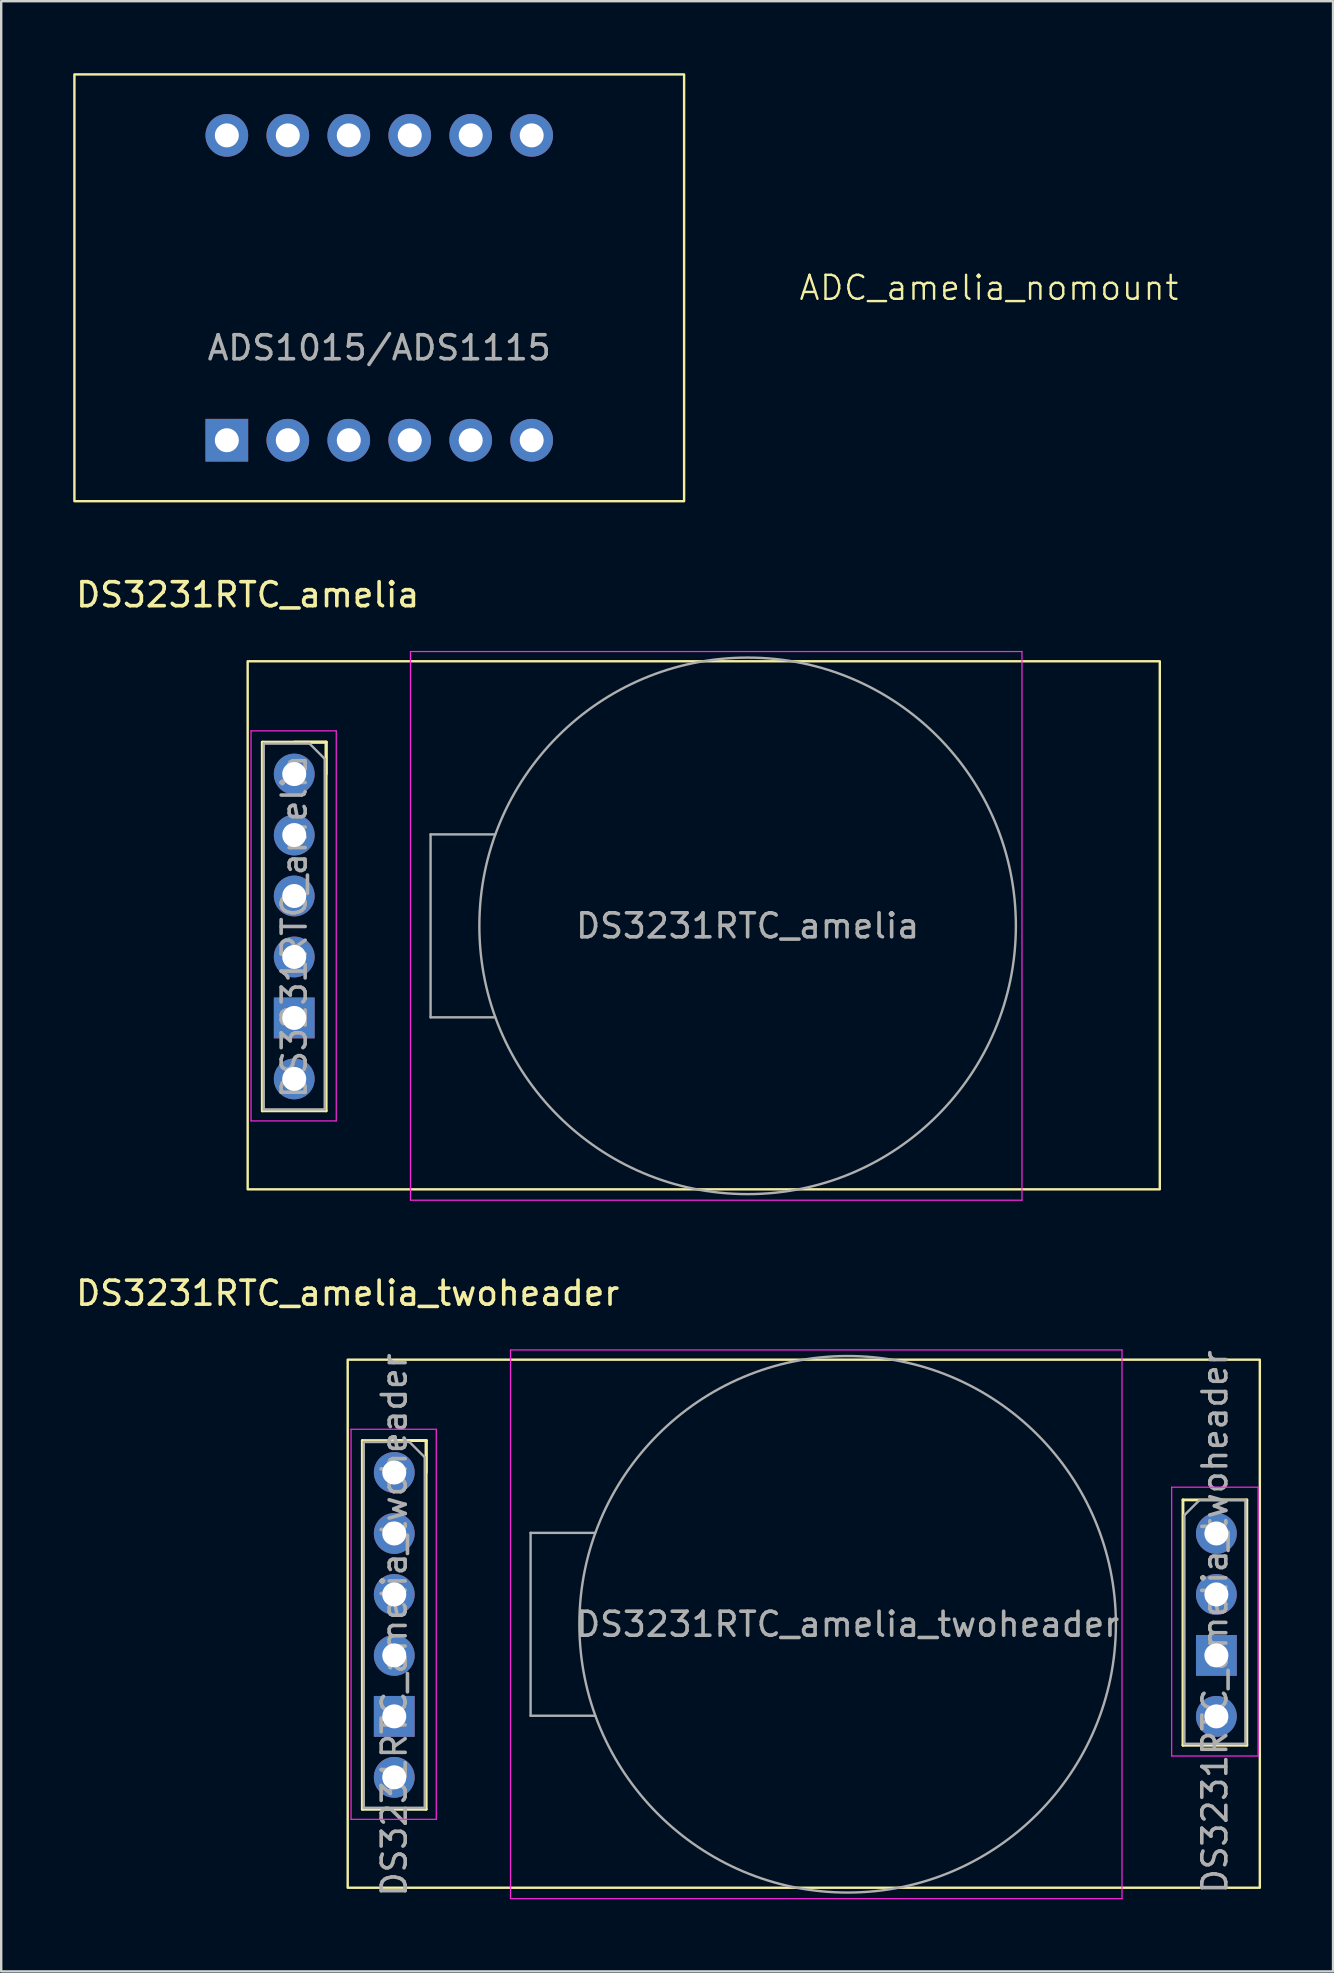
<source format=kicad_pcb>
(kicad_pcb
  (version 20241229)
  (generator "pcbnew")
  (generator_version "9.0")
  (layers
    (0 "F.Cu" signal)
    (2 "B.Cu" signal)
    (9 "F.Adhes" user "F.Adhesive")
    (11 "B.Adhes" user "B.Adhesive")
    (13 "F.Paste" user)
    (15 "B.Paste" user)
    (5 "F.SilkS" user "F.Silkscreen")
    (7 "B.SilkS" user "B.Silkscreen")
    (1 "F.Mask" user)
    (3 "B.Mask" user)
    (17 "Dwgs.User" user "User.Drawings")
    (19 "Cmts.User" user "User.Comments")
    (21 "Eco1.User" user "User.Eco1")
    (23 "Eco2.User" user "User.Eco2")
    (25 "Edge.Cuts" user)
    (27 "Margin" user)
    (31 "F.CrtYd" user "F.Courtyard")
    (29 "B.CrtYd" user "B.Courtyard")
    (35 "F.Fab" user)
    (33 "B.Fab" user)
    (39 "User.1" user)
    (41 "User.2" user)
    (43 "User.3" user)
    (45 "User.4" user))
  (footprint "DS3231RTC_amelia"
    (layer "F.Cu")
    (at 7.268 24.498)
    (property "Reference" "DS3231RTC_amelia" (at 0 -2.77 0) (layer "F.SilkS") (effects (font (size 1 1) (thickness 0.15))))
    (attr through_hole)
    (fp_line (start 0.61 3.37) (end 0.61 18.73) (stroke (width 0.12) (type solid)) (layer "F.SilkS"))
    (fp_line (start 0.61 3.37) (end 3.27 3.37) (stroke (width 0.12) (type solid)) (layer "F.SilkS"))
    (fp_line (start 0.61 18.73) (end 3.27 18.73) (stroke (width 0.12) (type solid)) (layer "F.SilkS"))
    (fp_line (start 1.94 3.37) (end 3.27 3.37) (stroke (width 0.12) (type solid)) (layer "F.SilkS"))
    (fp_line (start 3.27 3.37) (end 3.27 4.7) (stroke (width 0.12) (type solid)) (layer "F.SilkS"))
    (fp_line (start 3.27 3.37) (end 3.27 18.73) (stroke (width 0.12) (type solid)) (layer "F.SilkS"))
    (fp_rect (start 0 0) (end 38 22) (stroke (width 0.1) (type default)) (fill no) (layer "F.SilkS"))
    (fp_line (start 0.14 2.9) (end 3.69 2.9) (stroke (width 0.05) (type solid)) (layer "F.CrtYd"))
    (fp_line (start 0.14 19.15) (end 0.14 2.9) (stroke (width 0.05) (type solid)) (layer "F.CrtYd"))
    (fp_line (start 3.69 2.9) (end 3.69 19.15) (stroke (width 0.05) (type solid)) (layer "F.CrtYd"))
    (fp_line (start 3.69 19.15) (end 0.14 19.15) (stroke (width 0.05) (type solid)) (layer "F.CrtYd"))
    (fp_line (start 6.782 22.454) (end 6.782 -0.406) (stroke (width 0.05) (type solid)) (layer "F.CrtYd"))
    (fp_line (start 32.258 -0.406) (end 6.782 -0.406) (stroke (width 0.05) (type solid)) (layer "F.CrtYd"))
    (fp_line (start 32.258 22.454) (end 6.782 22.454) (stroke (width 0.05) (type solid)) (layer "F.CrtYd"))
    (fp_line (start 32.258 22.454) (end 32.258 -0.406) (stroke (width 0.05) (type solid)) (layer "F.CrtYd"))
    (fp_line (start 0.67 3.43) (end 2.575 3.43) (stroke (width 0.1) (type solid)) (layer "F.Fab"))
    (fp_line (start 0.67 18.67) (end 0.67 3.43) (stroke (width 0.1) (type solid)) (layer "F.Fab"))
    (fp_line (start 2.575 3.43) (end 3.21 4.065) (stroke (width 0.1) (type solid)) (layer "F.Fab"))
    (fp_line (start 3.21 4.065) (end 3.21 18.67) (stroke (width 0.1) (type solid)) (layer "F.Fab"))
    (fp_line (start 3.21 18.67) (end 0.67 18.67) (stroke (width 0.1) (type solid)) (layer "F.Fab"))
    (fp_line (start 7.62 14.834) (end 7.62 7.214) (stroke (width 0.1) (type solid)) (layer "F.Fab"))
    (fp_line (start 10.312 7.214) (end 7.62 7.214) (stroke (width 0.1) (type solid)) (layer "F.Fab"))
    (fp_line (start 10.312 14.834) (end 7.62 14.834) (stroke (width 0.1) (type solid)) (layer "F.Fab"))
    (fp_circle (center 20.828 11.024) (end 32.004 11.024) (stroke (width 0.1) (type solid)) (fill no) (layer "F.Fab"))
    (fp_text user "${REFERENCE}" (at 20.828 11.024 180) (layer "F.Fab") (effects (font (size 1 1) (thickness 0.15))))
    (fp_text user "${REFERENCE}" (at 1.94 11.05 90) (layer "F.Fab") (effects (font (size 1 1) (thickness 0.15))))
    (pad "1" thru_hole circle (at 1.94 4.7) (size 1.7 1.7) (drill 1) (layers "*.Cu" "*.Mask"))
    (pad "2" thru_hole oval (at 1.94 7.24) (size 1.7 1.7) (drill 1) (layers "*.Cu" "*.Mask"))
    (pad "3" thru_hole oval (at 1.94 9.78) (size 1.7 1.7) (drill 1) (layers "*.Cu" "*.Mask"))
    (pad "4" thru_hole oval (at 1.94 12.32) (size 1.7 1.7) (drill 1) (layers "*.Cu" "*.Mask"))
    (pad "5" thru_hole rect (at 1.94 14.86) (size 1.7 1.7) (drill 1) (layers "*.Cu" "*.Mask"))
    (pad "6" thru_hole oval (at 1.94 17.4) (size 1.7 1.7) (drill 1) (layers "*.Cu" "*.Mask")))
  (footprint "DS3231RTC_amelia_twoheader"
    (layer "F.Cu")
    (at 11.435 53.595)
    (property "Reference" "DS3231RTC_amelia_twoheader" (at 0 -2.77 0) (layer "F.SilkS") (effects (font (size 1 1) (thickness 0.15))))
    (attr through_hole)
    (fp_line (start 0.61 3.37) (end 0.61 18.73) (stroke (width 0.12) (type solid)) (layer "F.SilkS"))
    (fp_line (start 0.61 3.37) (end 3.27 3.37) (stroke (width 0.12) (type solid)) (layer "F.SilkS"))
    (fp_line (start 0.61 18.73) (end 3.27 18.73) (stroke (width 0.12) (type solid)) (layer "F.SilkS"))
    (fp_line (start 1.94 3.37) (end 3.27 3.37) (stroke (width 0.12) (type solid)) (layer "F.SilkS"))
    (fp_line (start 3.27 3.37) (end 3.27 4.7) (stroke (width 0.12) (type solid)) (layer "F.SilkS"))
    (fp_line (start 3.27 3.37) (end 3.27 18.73) (stroke (width 0.12) (type solid)) (layer "F.SilkS"))
    (fp_line (start 34.798 5.842) (end 34.798 16.062) (stroke (width 0.12) (type solid)) (layer "F.SilkS"))
    (fp_line (start 34.798 5.842) (end 37.458 5.842) (stroke (width 0.12) (type solid)) (layer "F.SilkS"))
    (fp_line (start 34.798 16.062) (end 37.458 16.062) (stroke (width 0.12) (type solid)) (layer "F.SilkS"))
    (fp_line (start 37.458 5.842) (end 37.458 16.062) (stroke (width 0.12) (type solid)) (layer "F.SilkS"))
    (fp_rect (start 0 0) (end 38 22) (stroke (width 0.1) (type default)) (fill no) (layer "F.SilkS"))
    (fp_line (start 0.14 2.9) (end 3.69 2.9) (stroke (width 0.05) (type solid)) (layer "F.CrtYd"))
    (fp_line (start 0.14 19.15) (end 0.14 2.9) (stroke (width 0.05) (type solid)) (layer "F.CrtYd"))
    (fp_line (start 3.69 2.9) (end 3.69 19.15) (stroke (width 0.05) (type solid)) (layer "F.CrtYd"))
    (fp_line (start 3.69 19.15) (end 0.14 19.15) (stroke (width 0.05) (type solid)) (layer "F.CrtYd"))
    (fp_line (start 6.782 22.454) (end 6.782 -0.406) (stroke (width 0.05) (type solid)) (layer "F.CrtYd"))
    (fp_line (start 32.258 -0.406) (end 6.782 -0.406) (stroke (width 0.05) (type solid)) (layer "F.CrtYd"))
    (fp_line (start 32.258 22.454) (end 6.782 22.454) (stroke (width 0.05) (type solid)) (layer "F.CrtYd"))
    (fp_line (start 32.258 22.454) (end 32.258 -0.406) (stroke (width 0.05) (type solid)) (layer "F.CrtYd"))
    (fp_line (start 34.328 5.312) (end 34.328 16.512) (stroke (width 0.05) (type solid)) (layer "F.CrtYd"))
    (fp_line (start 34.328 16.512) (end 37.928 16.512) (stroke (width 0.05) (type solid)) (layer "F.CrtYd"))
    (fp_line (start 37.928 5.312) (end 34.328 5.312) (stroke (width 0.05) (type solid)) (layer "F.CrtYd"))
    (fp_line (start 37.928 16.512) (end 37.928 5.312) (stroke (width 0.05) (type solid)) (layer "F.CrtYd"))
    (fp_line (start 0.67 3.43) (end 2.575 3.43) (stroke (width 0.1) (type solid)) (layer "F.Fab"))
    (fp_line (start 0.67 18.67) (end 0.67 3.43) (stroke (width 0.1) (type solid)) (layer "F.Fab"))
    (fp_line (start 2.575 3.43) (end 3.21 4.065) (stroke (width 0.1) (type solid)) (layer "F.Fab"))
    (fp_line (start 3.21 4.065) (end 3.21 18.67) (stroke (width 0.1) (type solid)) (layer "F.Fab"))
    (fp_line (start 3.21 18.67) (end 0.67 18.67) (stroke (width 0.1) (type solid)) (layer "F.Fab"))
    (fp_line (start 7.62 14.834) (end 7.62 7.214) (stroke (width 0.1) (type solid)) (layer "F.Fab"))
    (fp_line (start 10.312 7.214) (end 7.62 7.214) (stroke (width 0.1) (type solid)) (layer "F.Fab"))
    (fp_line (start 10.312 14.834) (end 7.62 14.834) (stroke (width 0.1) (type solid)) (layer "F.Fab"))
    (fp_line (start 34.858 6.477) (end 35.493 5.842) (stroke (width 0.1) (type solid)) (layer "F.Fab"))
    (fp_line (start 34.858 16.002) (end 34.858 6.477) (stroke (width 0.1) (type solid)) (layer "F.Fab"))
    (fp_line (start 35.493 5.842) (end 37.398 5.842) (stroke (width 0.1) (type solid)) (layer "F.Fab"))
    (fp_line (start 37.398 5.842) (end 37.398 16.002) (stroke (width 0.1) (type solid)) (layer "F.Fab"))
    (fp_line (start 37.398 16.002) (end 34.858 16.002) (stroke (width 0.1) (type solid)) (layer "F.Fab"))
    (fp_circle (center 20.828 11.024) (end 32.004 11.024) (stroke (width 0.1) (type solid)) (fill no) (layer "F.Fab"))
    (fp_text user "${REFERENCE}" (at 36.128 10.922 90) (layer "F.Fab") (effects (font (size 1 1) (thickness 0.15))))
    (fp_text user "${REFERENCE}" (at 20.828 11.024 180) (layer "F.Fab") (effects (font (size 1 1) (thickness 0.15))))
    (fp_text user "${REFERENCE}" (at 1.94 11.05 90) (layer "F.Fab") (effects (font (size 1 1) (thickness 0.15))))
    (pad "1" thru_hole circle (at 1.94 4.7) (size 1.7 1.7) (drill 1) (layers "*.Cu" "*.Mask"))
    (pad "2" thru_hole oval (at 1.94 7.24) (size 1.7 1.7) (drill 1) (layers "*.Cu" "*.Mask"))
    (pad "3" thru_hole oval (at 1.94 9.78) (size 1.7 1.7) (drill 1) (layers "*.Cu" "*.Mask"))
    (pad "3" thru_hole circle (at 36.19 7.24) (size 1.7 1.7) (drill 1) (layers "*.Cu" "*.Mask"))
    (pad "4" thru_hole oval (at 1.94 12.32) (size 1.7 1.7) (drill 1) (layers "*.Cu" "*.Mask"))
    (pad "4" thru_hole oval (at 36.19 9.78) (size 1.7 1.7) (drill 1) (layers "*.Cu" "*.Mask"))
    (pad "5" thru_hole rect (at 1.94 14.86) (size 1.7 1.7) (drill 1) (layers "*.Cu" "*.Mask"))
    (pad "5" thru_hole rect (at 36.19 12.32) (size 1.7 1.7) (drill 1) (layers "*.Cu" "*.Mask"))
    (pad "6" thru_hole oval (at 1.94 17.4) (size 1.7 1.7) (drill 1) (layers "*.Cu" "*.Mask"))
    (pad "6" thru_hole oval (at 36.19 14.86) (size 1.7 1.7) (drill 1) (layers "*.Cu" "*.Mask")))
  (footprint "ADC_amelia_nomount"
    (layer "F.Cu")
    (at 12.75 8.94)
    (property "Reference" "ADC_amelia_nomount" (at 25.4 0 0) (unlocked yes) (layer "F.SilkS") (effects (font (size 1 1) (thickness 0.1))))
    (attr smd)
    (fp_rect (start -12.7 -8.89) (end 12.7 8.89) (stroke (width 0.1) (type default)) (fill no) (layer "F.SilkS"))
    (fp_poly (pts (xy 6.096 -6.096) (xy 6.604 -6.096) (xy 6.604 -6.604) (xy 6.096 -6.604)) (stroke (width 0.1) (type default)) (fill no) (layer "F.Fab"))
    (fp_text user "ADS1015/ADS1115" (at 0 2.5 0) (unlocked yes) (layer "F.Fab") (effects (font (size 1 1) (thickness 0.15))))
    (pad "1" thru_hole rect (at -6.35 6.35 90) (size 1.778 1.778) (drill 1) (layers "*.Cu" "*.Mask"))
    (pad "2" thru_hole circle (at -3.81 6.35 90) (size 1.778 1.778) (drill 1) (layers "*.Cu" "*.Mask"))
    (pad "3" thru_hole circle (at -1.27 6.35 90) (size 1.778 1.778) (drill 1) (layers "*.Cu" "*.Mask"))
    (pad "4" thru_hole circle (at 1.27 6.35 90) (size 1.778 1.778) (drill 1) (layers "*.Cu" "*.Mask"))
    (pad "5" thru_hole circle (at 3.81 6.35 90) (size 1.778 1.778) (drill 1) (layers "*.Cu" "*.Mask"))
    (pad "6" thru_hole circle (at 6.35 6.35 90) (size 1.778 1.778) (drill 1) (layers "*.Cu" "*.Mask"))
    (pad "7" thru_hole circle (at -6.35 -6.35 90) (size 1.778 1.778) (drill 1) (layers "*.Cu" "*.Mask"))
    (pad "8" thru_hole circle (at -3.81 -6.35 90) (size 1.778 1.778) (drill 1) (layers "*.Cu" "*.Mask"))
    (pad "9" thru_hole circle (at -1.27 -6.35 90) (size 1.778 1.778) (drill 1) (layers "*.Cu" "*.Mask"))
    (pad "10" thru_hole circle (at 1.27 -6.35 90) (size 1.778 1.778) (drill 1) (layers "*.Cu" "*.Mask"))
    (pad "11" thru_hole circle (at 3.81 -6.35 90) (size 1.778 1.778) (drill 1) (layers "*.Cu" "*.Mask"))
    (pad "12" thru_hole circle (at 6.35 -6.35 90) (size 1.778 1.778) (drill 1) (layers "*.Cu" "*.Mask")))
  (gr_rect
    (start -3 -3)
    (end 52.485 79.08)
    (stroke (width 0.1) (type default))
    (fill no)
    (layer "Edge.Cuts")))
</source>
